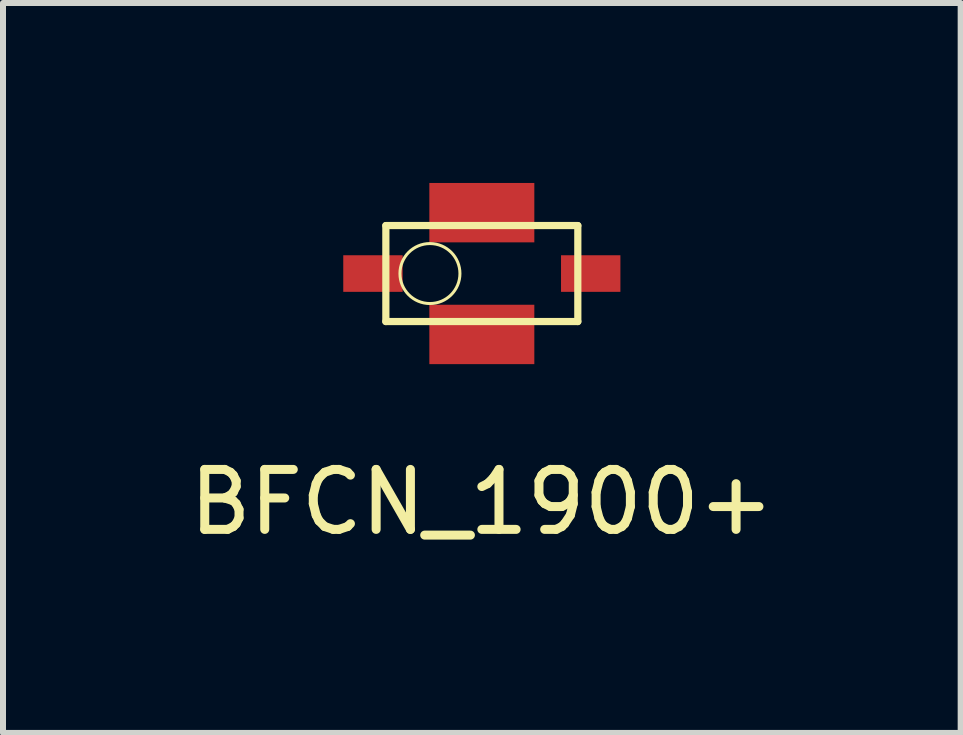
<source format=kicad_pcb>
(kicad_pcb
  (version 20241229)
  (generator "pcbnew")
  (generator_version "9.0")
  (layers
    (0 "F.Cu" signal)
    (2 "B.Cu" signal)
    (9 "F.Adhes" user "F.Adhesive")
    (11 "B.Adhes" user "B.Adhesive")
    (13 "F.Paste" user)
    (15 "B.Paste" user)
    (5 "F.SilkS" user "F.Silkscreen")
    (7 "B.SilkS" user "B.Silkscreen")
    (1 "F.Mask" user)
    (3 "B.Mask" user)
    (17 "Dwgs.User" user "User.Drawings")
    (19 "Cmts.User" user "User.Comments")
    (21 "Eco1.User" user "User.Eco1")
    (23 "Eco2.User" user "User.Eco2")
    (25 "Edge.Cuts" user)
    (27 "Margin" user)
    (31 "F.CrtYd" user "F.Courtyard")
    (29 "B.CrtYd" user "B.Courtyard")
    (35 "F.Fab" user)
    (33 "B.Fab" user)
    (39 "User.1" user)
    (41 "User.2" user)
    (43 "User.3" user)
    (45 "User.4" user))
  (footprint "BFCN_1900+"
    (layer "F.Cu")
    (at 4.982 1.51)
    (property "Reference" "BFCN_1900+" (at 0 3.81 0) (layer "F.SilkS") (effects (font (size 1 1) (thickness 0.15))))
    (attr through_hole)
    (fp_line (start -1.6 -0.8) (end -1.6 0.8) (stroke (width 0.12) (type solid)) (layer "F.SilkS"))
    (fp_line (start -1.6 -0.8) (end 1.6 -0.8) (stroke (width 0.12) (type solid)) (layer "F.SilkS"))
    (fp_line (start -1.6 0.8) (end 1.6 0.8) (stroke (width 0.12) (type solid)) (layer "F.SilkS"))
    (fp_line (start 1.6 -0.8) (end 1.6 0.8) (stroke (width 0.12) (type solid)) (layer "F.SilkS"))
    (fp_circle (center -0.865 0) (end -0.365 0) (stroke (width 0.05) (type solid)) (fill no) (layer "F.SilkS"))
    (pad "1" smd rect (at 1.815 0) (size 0.99 0.61) (layers "F.Cu" "F.Mask" "F.Paste"))
    (pad "2" smd rect (at 0 -1.015) (size 1.75 0.99) (layers "F.Cu" "F.Mask" "F.Paste"))
    (pad "3" smd rect (at -1.815 0) (size 0.99 0.61) (layers "F.Cu" "F.Mask" "F.Paste"))
    (pad "4" smd rect (at 0 1.015) (size 1.75 0.99) (layers "F.Cu" "F.Mask" "F.Paste")))
  (gr_rect
    (start -3 -3)
    (end 12.964 9.168)
    (stroke (width 0.1) (type default))
    (fill no)
    (layer "Edge.Cuts")))
</source>
